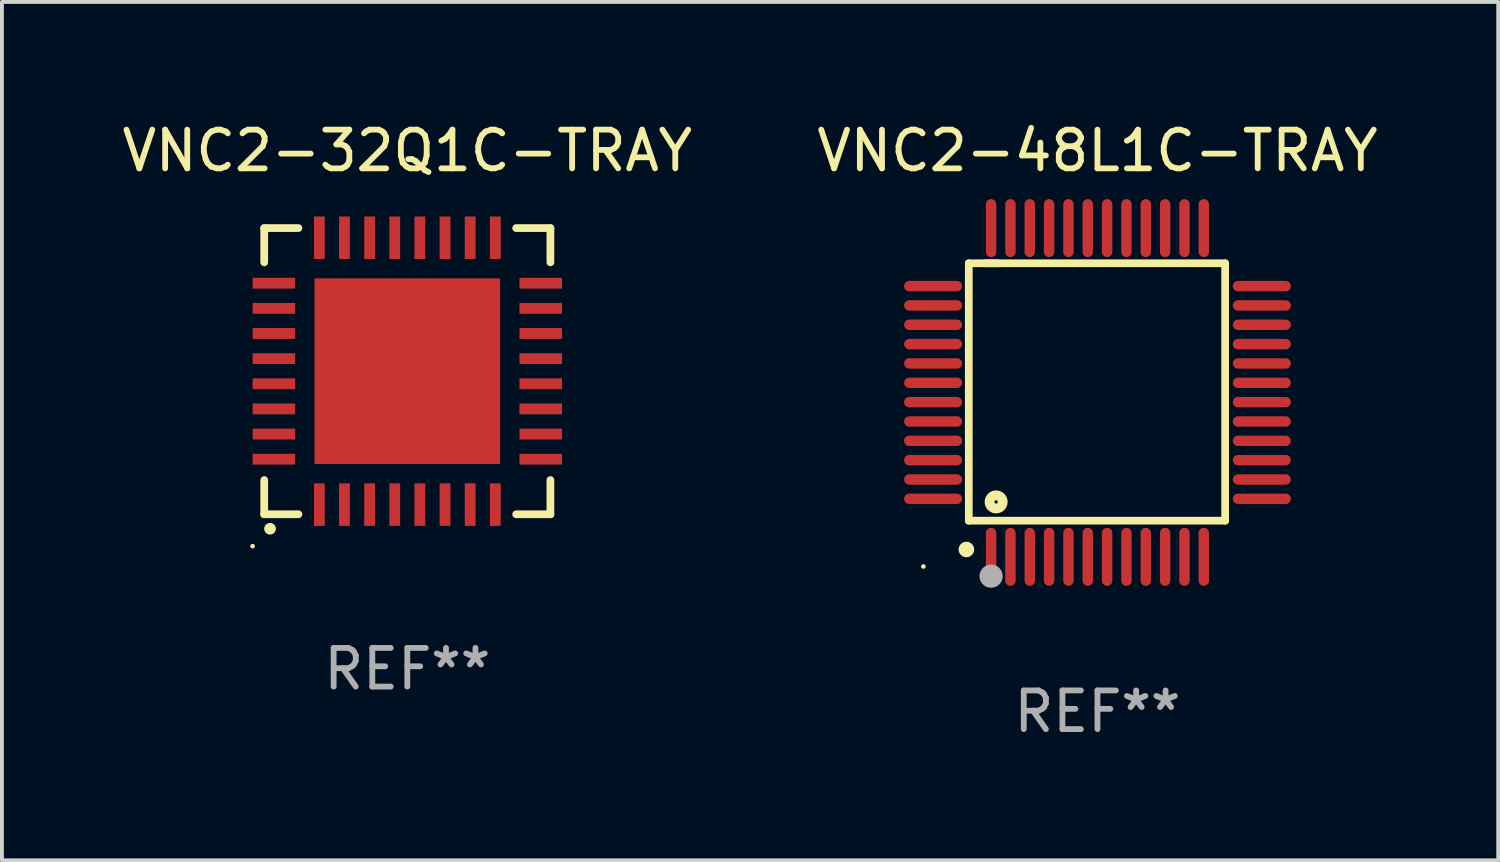
<source format=kicad_pcb>
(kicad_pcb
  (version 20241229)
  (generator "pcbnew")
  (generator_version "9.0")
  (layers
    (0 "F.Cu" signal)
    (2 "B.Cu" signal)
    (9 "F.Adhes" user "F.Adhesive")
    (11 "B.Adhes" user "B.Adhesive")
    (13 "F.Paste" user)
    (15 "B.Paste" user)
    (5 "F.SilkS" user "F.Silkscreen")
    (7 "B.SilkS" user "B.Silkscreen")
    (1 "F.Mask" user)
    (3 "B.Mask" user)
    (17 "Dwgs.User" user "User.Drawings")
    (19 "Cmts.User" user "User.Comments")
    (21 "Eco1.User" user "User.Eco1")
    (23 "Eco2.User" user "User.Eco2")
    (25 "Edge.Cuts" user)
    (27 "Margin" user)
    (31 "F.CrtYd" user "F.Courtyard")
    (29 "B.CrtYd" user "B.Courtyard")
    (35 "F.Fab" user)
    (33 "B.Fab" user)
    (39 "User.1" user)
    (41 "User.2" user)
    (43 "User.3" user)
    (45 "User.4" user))
  (footprint "VNC2-32Q1C-TRAY"
    (layer "F.Cu")
    (at 7.482 6.548)
    (property "Reference" "VNC2-32Q1C-TRAY" (at 0 -5.7 0) (layer "F.SilkS") (effects (font (size 1 1) (thickness 0.15))))
    (attr through_hole)
    (fp_line (start -3.7 -3.7) (end -2.815 -3.7) (stroke (width 0.2) (type solid)) (layer "F.SilkS"))
    (fp_line (start -3.7 -2.815) (end -3.7 -3.7) (stroke (width 0.2) (type solid)) (layer "F.SilkS"))
    (fp_line (start -3.7 3.7) (end -3.7 2.815) (stroke (width 0.2) (type solid)) (layer "F.SilkS"))
    (fp_line (start -2.815 3.7) (end -3.7 3.7) (stroke (width 0.2) (type solid)) (layer "F.SilkS"))
    (fp_line (start 2.815 3.7) (end 3.7 3.7) (stroke (width 0.2) (type solid)) (layer "F.SilkS"))
    (fp_line (start 3.7 -3.7) (end 2.815 -3.7) (stroke (width 0.2) (type solid)) (layer "F.SilkS"))
    (fp_line (start 3.7 -2.815) (end 3.7 -3.7) (stroke (width 0.2) (type solid)) (layer "F.SilkS"))
    (fp_line (start 3.7 3.7) (end 3.7 2.815) (stroke (width 0.2) (type solid)) (layer "F.SilkS"))
    (fp_arc (start -3.551308 4.074168) (mid -3.550038 4.074163) (end -3.548768 4.074168) (stroke (width 0.3) (type solid)) (layer "F.SilkS"))
    (fp_circle (center -4 4.524) (end -3.97 4.524) (stroke (width 0.06) (type solid)) (fill no) (layer "F.SilkS"))
    (fp_text user "REF**" (at 0 7.7 0) (layer "F.Fab") (effects (font (size 1 1) (thickness 0.15))))
    (pad "1" smd rect (at -2.275 3.45 180) (size 0.28 1.1) (layers "F.Cu" "F.Mask" "F.Paste"))
    (pad "2" smd rect (at -1.625 3.45 180) (size 0.28 1.1) (layers "F.Cu" "F.Mask" "F.Paste"))
    (pad "3" smd rect (at -0.975 3.45 180) (size 0.28 1.1) (layers "F.Cu" "F.Mask" "F.Paste"))
    (pad "4" smd rect (at -0.325 3.45 180) (size 0.28 1.1) (layers "F.Cu" "F.Mask" "F.Paste"))
    (pad "5" smd rect (at 0.325 3.45 180) (size 0.28 1.1) (layers "F.Cu" "F.Mask" "F.Paste"))
    (pad "6" smd rect (at 0.975 3.45 180) (size 0.28 1.1) (layers "F.Cu" "F.Mask" "F.Paste"))
    (pad "7" smd rect (at 1.625 3.45 180) (size 0.28 1.1) (layers "F.Cu" "F.Mask" "F.Paste"))
    (pad "8" smd rect (at 2.275 3.45 180) (size 0.28 1.1) (layers "F.Cu" "F.Mask" "F.Paste"))
    (pad "9" smd rect (at 3.45 2.275 90) (size 0.28 1.1) (layers "F.Cu" "F.Mask" "F.Paste"))
    (pad "10" smd rect (at 3.45 1.625 90) (size 0.28 1.1) (layers "F.Cu" "F.Mask" "F.Paste"))
    (pad "11" smd rect (at 3.45 0.975 90) (size 0.28 1.1) (layers "F.Cu" "F.Mask" "F.Paste"))
    (pad "12" smd rect (at 3.45 0.325 90) (size 0.28 1.1) (layers "F.Cu" "F.Mask" "F.Paste"))
    (pad "13" smd rect (at 3.45 -0.325 90) (size 0.28 1.1) (layers "F.Cu" "F.Mask" "F.Paste"))
    (pad "14" smd rect (at 3.45 -0.975 90) (size 0.28 1.1) (layers "F.Cu" "F.Mask" "F.Paste"))
    (pad "15" smd rect (at 3.45 -1.625 90) (size 0.28 1.1) (layers "F.Cu" "F.Mask" "F.Paste"))
    (pad "16" smd rect (at 3.45 -2.275 90) (size 0.28 1.1) (layers "F.Cu" "F.Mask" "F.Paste"))
    (pad "17" smd rect (at 2.275 -3.45 180) (size 0.28 1.1) (layers "F.Cu" "F.Mask" "F.Paste"))
    (pad "18" smd rect (at 1.625 -3.45 180) (size 0.28 1.1) (layers "F.Cu" "F.Mask" "F.Paste"))
    (pad "19" smd rect (at 0.975 -3.45 180) (size 0.28 1.1) (layers "F.Cu" "F.Mask" "F.Paste"))
    (pad "20" smd rect (at 0.325 -3.45 180) (size 0.28 1.1) (layers "F.Cu" "F.Mask" "F.Paste"))
    (pad "21" smd rect (at -0.325 -3.45 180) (size 0.28 1.1) (layers "F.Cu" "F.Mask" "F.Paste"))
    (pad "22" smd rect (at -0.975 -3.45 180) (size 0.28 1.1) (layers "F.Cu" "F.Mask" "F.Paste"))
    (pad "23" smd rect (at -1.625 -3.45 180) (size 0.28 1.1) (layers "F.Cu" "F.Mask" "F.Paste"))
    (pad "24" smd rect (at -2.275 -3.45 180) (size 0.28 1.1) (layers "F.Cu" "F.Mask" "F.Paste"))
    (pad "25" smd rect (at -3.45 -2.275 90) (size 0.28 1.1) (layers "F.Cu" "F.Mask" "F.Paste"))
    (pad "26" smd rect (at -3.45 -1.625 90) (size 0.28 1.1) (layers "F.Cu" "F.Mask" "F.Paste"))
    (pad "27" smd rect (at -3.45 -0.975 90) (size 0.28 1.1) (layers "F.Cu" "F.Mask" "F.Paste"))
    (pad "28" smd rect (at -3.45 -0.325 90) (size 0.28 1.1) (layers "F.Cu" "F.Mask" "F.Paste"))
    (pad "29" smd rect (at -3.45 0.325 90) (size 0.28 1.1) (layers "F.Cu" "F.Mask" "F.Paste"))
    (pad "30" smd rect (at -3.45 0.975 90) (size 0.28 1.1) (layers "F.Cu" "F.Mask" "F.Paste"))
    (pad "31" smd rect (at -3.45 1.625 90) (size 0.28 1.1) (layers "F.Cu" "F.Mask" "F.Paste"))
    (pad "32" smd rect (at -3.45 2.275 90) (size 0.28 1.1) (layers "F.Cu" "F.Mask" "F.Paste"))
    (pad "33" smd rect (at 0 0 90) (size 4.8 4.8) (layers "F.Cu" "F.Mask" "F.Paste")))
  (footprint "VNC2-48L1C-TRAY"
    (layer "F.Cu")
    (at 25.327 7.098)
    (property "Reference" "VNC2-48L1C-TRAY" (at 0 -6.25 0) (layer "F.SilkS") (effects (font (size 1 1) (thickness 0.15))))
    (attr through_hole)
    (fp_line (start -3.327 -3.34) (end -2.565 -3.34) (stroke (width 0.2) (type solid)) (layer "F.SilkS"))
    (fp_line (start -3.327 3.315) (end -3.327 -3.34) (stroke (width 0.2) (type solid)) (layer "F.SilkS"))
    (fp_line (start -2.896 -3.34) (end 3.302 -3.34) (stroke (width 0.2) (type solid)) (layer "F.SilkS"))
    (fp_line (start 3.302 -3.34) (end 3.302 3.315) (stroke (width 0.2) (type solid)) (layer "F.SilkS"))
    (fp_line (start 3.302 3.315) (end -3.327 3.315) (stroke (width 0.2) (type solid)) (layer "F.SilkS"))
    (fp_arc (start -3.389992 4.059995) (mid -3.388722 4.059991) (end -3.387452 4.059995) (stroke (width 0.4) (type solid)) (layer "F.SilkS"))
    (fp_circle (center -4.5 4.5) (end -4.47 4.5) (stroke (width 0.06) (type solid)) (fill no) (layer "F.SilkS"))
    (fp_circle (center -2.62 2.83) (end -2.45 2.83) (stroke (width 0.254) (type solid)) (fill no) (layer "F.SilkS"))
    (fp_circle (center -2.75 4.75) (end -2.6 4.75) (stroke (width 0.3) (type solid)) (fill no) (layer "F.Fab"))
    (fp_text user "REF**" (at 0 8.25 0) (layer "F.Fab") (effects (font (size 1 1) (thickness 0.15))))
    (pad "1" smd oval (at -2.75 4.25) (size 0.27 1.5) (layers "F.Cu" "F.Mask" "F.Paste"))
    (pad "2" smd oval (at -2.25 4.25) (size 0.27 1.5) (layers "F.Cu" "F.Mask" "F.Paste"))
    (pad "3" smd oval (at -1.75 4.25) (size 0.27 1.5) (layers "F.Cu" "F.Mask" "F.Paste"))
    (pad "4" smd oval (at -1.25 4.25) (size 0.27 1.5) (layers "F.Cu" "F.Mask" "F.Paste"))
    (pad "5" smd oval (at -0.75 4.25) (size 0.27 1.5) (layers "F.Cu" "F.Mask" "F.Paste"))
    (pad "6" smd oval (at -0.25 4.25) (size 0.27 1.5) (layers "F.Cu" "F.Mask" "F.Paste"))
    (pad "7" smd oval (at 0.25 4.25) (size 0.27 1.5) (layers "F.Cu" "F.Mask" "F.Paste"))
    (pad "8" smd oval (at 0.75 4.25) (size 0.27 1.5) (layers "F.Cu" "F.Mask" "F.Paste"))
    (pad "9" smd oval (at 1.25 4.25) (size 0.27 1.5) (layers "F.Cu" "F.Mask" "F.Paste"))
    (pad "10" smd oval (at 1.75 4.25) (size 0.27 1.5) (layers "F.Cu" "F.Mask" "F.Paste"))
    (pad "11" smd oval (at 2.25 4.25) (size 0.27 1.5) (layers "F.Cu" "F.Mask" "F.Paste"))
    (pad "12" smd oval (at 2.75 4.25) (size 0.27 1.5) (layers "F.Cu" "F.Mask" "F.Paste"))
    (pad "13" smd oval (at 4.25 2.75) (size 1.5 0.27) (layers "F.Cu" "F.Mask" "F.Paste"))
    (pad "14" smd oval (at 4.25 2.25) (size 1.5 0.27) (layers "F.Cu" "F.Mask" "F.Paste"))
    (pad "15" smd oval (at 4.25 1.75) (size 1.5 0.27) (layers "F.Cu" "F.Mask" "F.Paste"))
    (pad "16" smd oval (at 4.25 1.25) (size 1.5 0.27) (layers "F.Cu" "F.Mask" "F.Paste"))
    (pad "17" smd oval (at 4.25 0.75) (size 1.5 0.27) (layers "F.Cu" "F.Mask" "F.Paste"))
    (pad "18" smd oval (at 4.25 0.25) (size 1.5 0.27) (layers "F.Cu" "F.Mask" "F.Paste"))
    (pad "19" smd oval (at 4.25 -0.25) (size 1.5 0.27) (layers "F.Cu" "F.Mask" "F.Paste"))
    (pad "20" smd oval (at 4.25 -0.75) (size 1.5 0.27) (layers "F.Cu" "F.Mask" "F.Paste"))
    (pad "21" smd oval (at 4.25 -1.25) (size 1.5 0.27) (layers "F.Cu" "F.Mask" "F.Paste"))
    (pad "22" smd oval (at 4.25 -1.75) (size 1.5 0.27) (layers "F.Cu" "F.Mask" "F.Paste"))
    (pad "23" smd oval (at 4.25 -2.25) (size 1.5 0.27) (layers "F.Cu" "F.Mask" "F.Paste"))
    (pad "24" smd oval (at 4.25 -2.75) (size 1.5 0.27) (layers "F.Cu" "F.Mask" "F.Paste"))
    (pad "25" smd oval (at 2.75 -4.25) (size 0.27 1.5) (layers "F.Cu" "F.Mask" "F.Paste"))
    (pad "26" smd oval (at 2.25 -4.25) (size 0.27 1.5) (layers "F.Cu" "F.Mask" "F.Paste"))
    (pad "27" smd oval (at 1.75 -4.25) (size 0.27 1.5) (layers "F.Cu" "F.Mask" "F.Paste"))
    (pad "28" smd oval (at 1.25 -4.25) (size 0.27 1.5) (layers "F.Cu" "F.Mask" "F.Paste"))
    (pad "29" smd oval (at 0.75 -4.25) (size 0.27 1.5) (layers "F.Cu" "F.Mask" "F.Paste"))
    (pad "30" smd oval (at 0.25 -4.25) (size 0.27 1.5) (layers "F.Cu" "F.Mask" "F.Paste"))
    (pad "31" smd oval (at -0.25 -4.25) (size 0.27 1.5) (layers "F.Cu" "F.Mask" "F.Paste"))
    (pad "32" smd oval (at -0.75 -4.25) (size 0.27 1.5) (layers "F.Cu" "F.Mask" "F.Paste"))
    (pad "33" smd oval (at -1.25 -4.25) (size 0.27 1.5) (layers "F.Cu" "F.Mask" "F.Paste"))
    (pad "34" smd oval (at -1.75 -4.25) (size 0.27 1.5) (layers "F.Cu" "F.Mask" "F.Paste"))
    (pad "35" smd oval (at -2.25 -4.25) (size 0.27 1.5) (layers "F.Cu" "F.Mask" "F.Paste"))
    (pad "36" smd oval (at -2.75 -4.25) (size 0.27 1.5) (layers "F.Cu" "F.Mask" "F.Paste"))
    (pad "37" smd oval (at -4.25 -2.75) (size 1.5 0.27) (layers "F.Cu" "F.Mask" "F.Paste"))
    (pad "38" smd oval (at -4.25 -2.25) (size 1.5 0.27) (layers "F.Cu" "F.Mask" "F.Paste"))
    (pad "39" smd oval (at -4.25 -1.75) (size 1.5 0.27) (layers "F.Cu" "F.Mask" "F.Paste"))
    (pad "40" smd oval (at -4.25 -1.25) (size 1.5 0.27) (layers "F.Cu" "F.Mask" "F.Paste"))
    (pad "41" smd oval (at -4.25 -0.75) (size 1.5 0.27) (layers "F.Cu" "F.Mask" "F.Paste"))
    (pad "42" smd oval (at -4.25 -0.25) (size 1.5 0.27) (layers "F.Cu" "F.Mask" "F.Paste"))
    (pad "43" smd oval (at -4.25 0.25) (size 1.5 0.27) (layers "F.Cu" "F.Mask" "F.Paste"))
    (pad "44" smd oval (at -4.25 0.75) (size 1.5 0.27) (layers "F.Cu" "F.Mask" "F.Paste"))
    (pad "45" smd oval (at -4.25 1.25) (size 1.5 0.27) (layers "F.Cu" "F.Mask" "F.Paste"))
    (pad "46" smd oval (at -4.25 1.75) (size 1.5 0.27) (layers "F.Cu" "F.Mask" "F.Paste"))
    (pad "47" smd oval (at -4.25 2.25) (size 1.5 0.27) (layers "F.Cu" "F.Mask" "F.Paste"))
    (pad "48" smd oval (at -4.25 2.75) (size 1.5 0.27) (layers "F.Cu" "F.Mask" "F.Paste")))
  (gr_rect
    (start -3 -3)
    (end 35.69 19.196)
    (stroke (width 0.1) (type default))
    (fill no)
    (layer "Edge.Cuts")))
</source>
